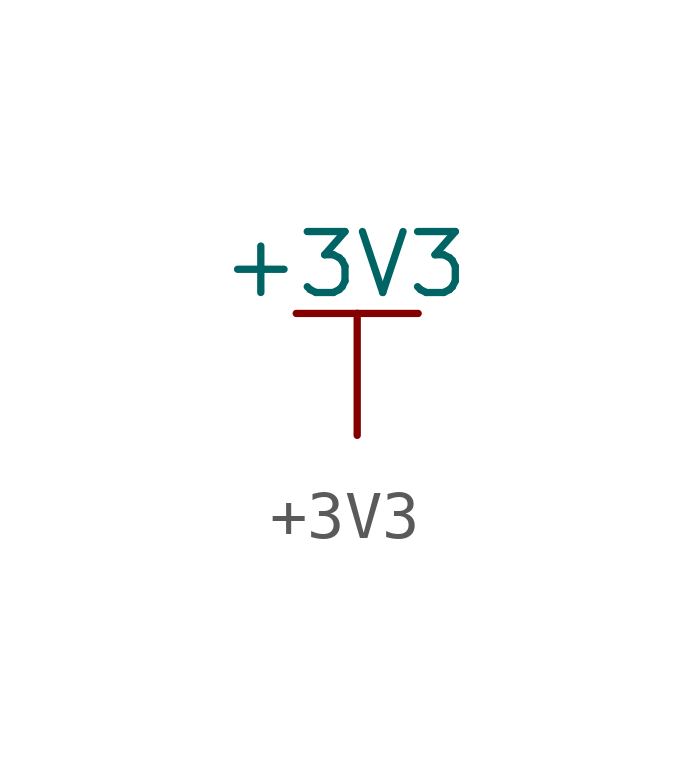
<source format=kicad_sym>
(kicad_symbol_lib
  (version 20211014)
  (generator kicad_symbol_editor)
  (symbol "+3V3"
    (power)
    (pin_names
      (offset 0))
    (property "Reference" "#PWR"
      (at 0 -3.81 0)
      (effects (font (size 1.27 1.27)) hide))
    (property "Value" "+3V3"
      (at -0.254 3.556 0)
      (effects (font (size 1.27 1.27))))
    (property "Footprint" ""
      (at 0 0 0)
      (effects (font (size 1.27 1.27))))
    (property "Datasheet" ""
      (at 0 0 0)
      (effects (font (size 1.27 1.27))))
    (symbol "+3V3_0_1"
      (polyline (pts (xy -1.27 2.54) (xy 0 2.54)) (stroke (width 0) (type default) (color 0 0 0 0)) (fill (type none)))
      (polyline (pts (xy 0 0) (xy 0 2.54)) (stroke (width 0) (type default) (color 0 0 0 0)) (fill (type none)))
      (polyline (pts (xy 0 2.54) (xy 1.27 2.54)) (stroke (width 0) (type default) (color 0 0 0 0)) (fill (type none))))
    (symbol "+3V3_1_1"
      (pin power_in line (at 0 0 90) (length 0) hide (name "+3V3" (effects (font (size 1.27 1.27)))) (number "1" (effects (font (size 1.27 1.27))))))))
</source>
